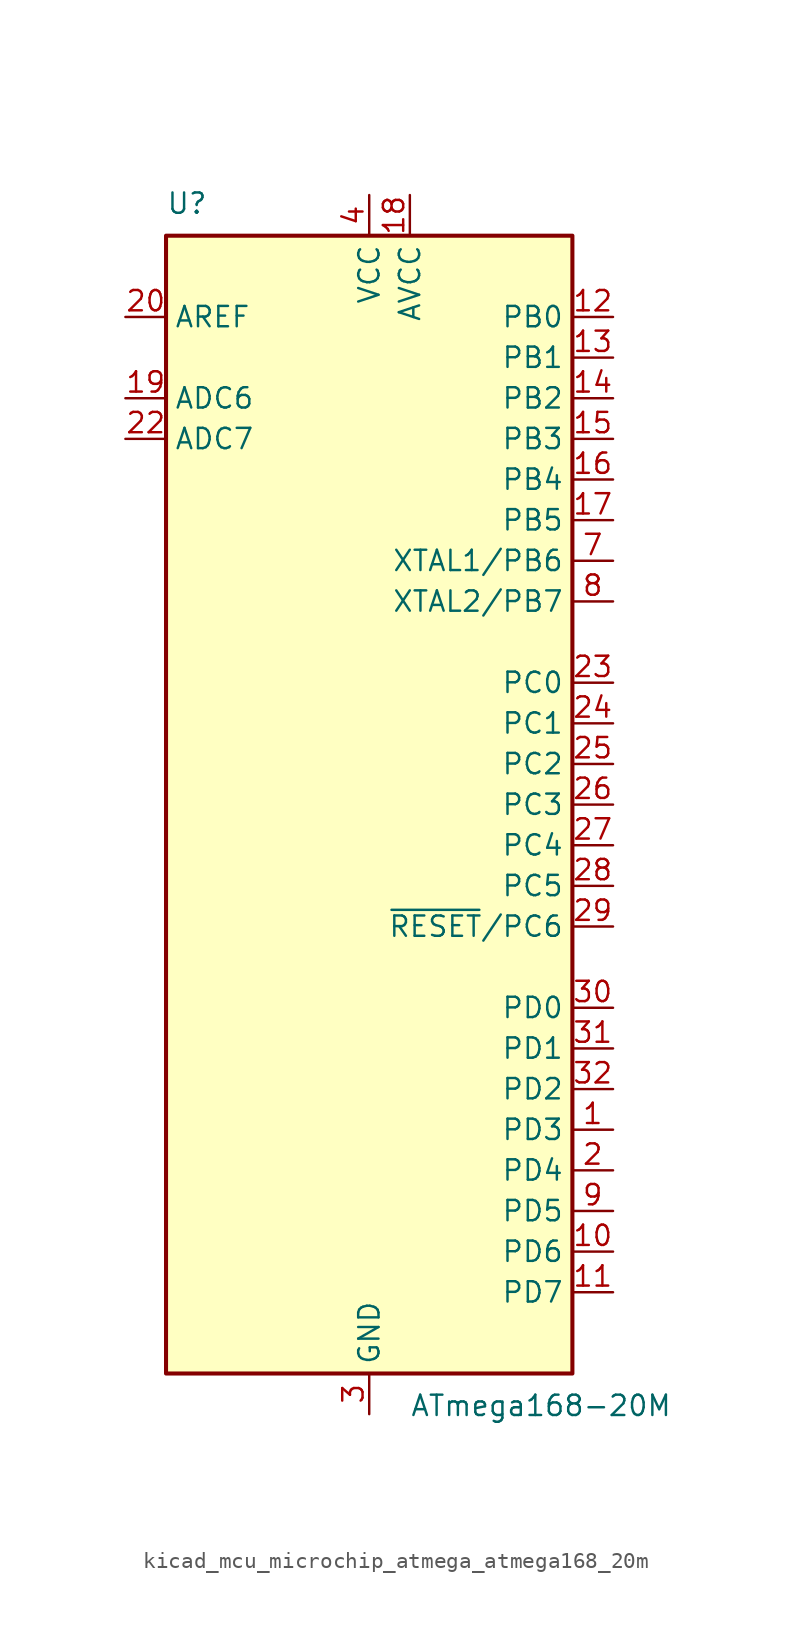
<source format=kicad_sym>
(kicad_symbol_lib
  (version 20220914)
  (generator kicad_symbol_editor)
  (symbol "kicad_mcu_microchip_atmega_atmega168_20m"
    (property "Reference" "U"
      (at -12.7 36.83 0)
      (effects (font (size 1.27 1.27)) (justify left bottom)))
    (property "Value" "ATmega168-20M"
      (at 2.54 -36.83 0)
      (effects (font (size 1.27 1.27)) (justify left top)))
    (symbol "kicad_mcu_microchip_atmega_atmega168_20m_0_1"
      (rectangle (start -12.7 -35.56) (end 12.7 35.56) (stroke (width 0.254) (type default)) (fill (type background))))
    (symbol "kicad_mcu_microchip_atmega_atmega168_20m_1_1"
      (pin bidirectional line (at 15.24 -20.32 180) (length 2.54) (name "PD3" (effects (font (size 1.27 1.27)))) (number "1" (effects (font (size 1.27 1.27)))))
      (pin bidirectional line (at 15.24 -27.94 180) (length 2.54) (name "PD6" (effects (font (size 1.27 1.27)))) (number "10" (effects (font (size 1.27 1.27)))))
      (pin bidirectional line (at 15.24 -30.48 180) (length 2.54) (name "PD7" (effects (font (size 1.27 1.27)))) (number "11" (effects (font (size 1.27 1.27)))))
      (pin bidirectional line (at 15.24 30.48 180) (length 2.54) (name "PB0" (effects (font (size 1.27 1.27)))) (number "12" (effects (font (size 1.27 1.27)))))
      (pin bidirectional line (at 15.24 27.94 180) (length 2.54) (name "PB1" (effects (font (size 1.27 1.27)))) (number "13" (effects (font (size 1.27 1.27)))))
      (pin bidirectional line (at 15.24 25.4 180) (length 2.54) (name "PB2" (effects (font (size 1.27 1.27)))) (number "14" (effects (font (size 1.27 1.27)))))
      (pin bidirectional line (at 15.24 22.86 180) (length 2.54) (name "PB3" (effects (font (size 1.27 1.27)))) (number "15" (effects (font (size 1.27 1.27)))))
      (pin bidirectional line (at 15.24 20.32 180) (length 2.54) (name "PB4" (effects (font (size 1.27 1.27)))) (number "16" (effects (font (size 1.27 1.27)))))
      (pin bidirectional line (at 15.24 17.78 180) (length 2.54) (name "PB5" (effects (font (size 1.27 1.27)))) (number "17" (effects (font (size 1.27 1.27)))))
      (pin power_in line (at 2.54 38.1 270) (length 2.54) (name "AVCC" (effects (font (size 1.27 1.27)))) (number "18" (effects (font (size 1.27 1.27)))))
      (pin input line (at -15.24 25.4 0) (length 2.54) (name "ADC6" (effects (font (size 1.27 1.27)))) (number "19" (effects (font (size 1.27 1.27)))))
      (pin bidirectional line (at 15.24 -22.86 180) (length 2.54) (name "PD4" (effects (font (size 1.27 1.27)))) (number "2" (effects (font (size 1.27 1.27)))))
      (pin passive line (at -15.24 30.48 0) (length 2.54) (name "AREF" (effects (font (size 1.27 1.27)))) (number "20" (effects (font (size 1.27 1.27)))))
      (pin passive line (at 0 -38.1 90) (length 2.54) hide (name "GND" (effects (font (size 1.27 1.27)))) (number "21" (effects (font (size 1.27 1.27)))))
      (pin input line (at -15.24 22.86 0) (length 2.54) (name "ADC7" (effects (font (size 1.27 1.27)))) (number "22" (effects (font (size 1.27 1.27)))))
      (pin bidirectional line (at 15.24 7.62 180) (length 2.54) (name "PC0" (effects (font (size 1.27 1.27)))) (number "23" (effects (font (size 1.27 1.27)))))
      (pin bidirectional line (at 15.24 5.08 180) (length 2.54) (name "PC1" (effects (font (size 1.27 1.27)))) (number "24" (effects (font (size 1.27 1.27)))))
      (pin bidirectional line (at 15.24 2.54 180) (length 2.54) (name "PC2" (effects (font (size 1.27 1.27)))) (number "25" (effects (font (size 1.27 1.27)))))
      (pin bidirectional line (at 15.24 0 180) (length 2.54) (name "PC3" (effects (font (size 1.27 1.27)))) (number "26" (effects (font (size 1.27 1.27)))))
      (pin bidirectional line (at 15.24 -2.54 180) (length 2.54) (name "PC4" (effects (font (size 1.27 1.27)))) (number "27" (effects (font (size 1.27 1.27)))))
      (pin bidirectional line (at 15.24 -5.08 180) (length 2.54) (name "PC5" (effects (font (size 1.27 1.27)))) (number "28" (effects (font (size 1.27 1.27)))))
      (pin bidirectional line (at 15.24 -7.62 180) (length 2.54) (name "~{RESET}/PC6" (effects (font (size 1.27 1.27)))) (number "29" (effects (font (size 1.27 1.27)))))
      (pin power_in line (at 0 -38.1 90) (length 2.54) (name "GND" (effects (font (size 1.27 1.27)))) (number "3" (effects (font (size 1.27 1.27)))))
      (pin bidirectional line (at 15.24 -12.7 180) (length 2.54) (name "PD0" (effects (font (size 1.27 1.27)))) (number "30" (effects (font (size 1.27 1.27)))))
      (pin bidirectional line (at 15.24 -15.24 180) (length 2.54) (name "PD1" (effects (font (size 1.27 1.27)))) (number "31" (effects (font (size 1.27 1.27)))))
      (pin bidirectional line (at 15.24 -17.78 180) (length 2.54) (name "PD2" (effects (font (size 1.27 1.27)))) (number "32" (effects (font (size 1.27 1.27)))))
      (pin passive line (at 0 -38.1 90) (length 2.54) hide (name "GND" (effects (font (size 1.27 1.27)))) (number "33" (effects (font (size 1.27 1.27)))))
      (pin power_in line (at 0 38.1 270) (length 2.54) (name "VCC" (effects (font (size 1.27 1.27)))) (number "4" (effects (font (size 1.27 1.27)))))
      (pin passive line (at 0 -38.1 90) (length 2.54) hide (name "GND" (effects (font (size 1.27 1.27)))) (number "5" (effects (font (size 1.27 1.27)))))
      (pin passive line (at 0 38.1 270) (length 2.54) hide (name "VCC" (effects (font (size 1.27 1.27)))) (number "6" (effects (font (size 1.27 1.27)))))
      (pin bidirectional line (at 15.24 15.24 180) (length 2.54) (name "XTAL1/PB6" (effects (font (size 1.27 1.27)))) (number "7" (effects (font (size 1.27 1.27)))))
      (pin bidirectional line (at 15.24 12.7 180) (length 2.54) (name "XTAL2/PB7" (effects (font (size 1.27 1.27)))) (number "8" (effects (font (size 1.27 1.27)))))
      (pin bidirectional line (at 15.24 -25.4 180) (length 2.54) (name "PD5" (effects (font (size 1.27 1.27)))) (number "9" (effects (font (size 1.27 1.27))))))))
</source>
